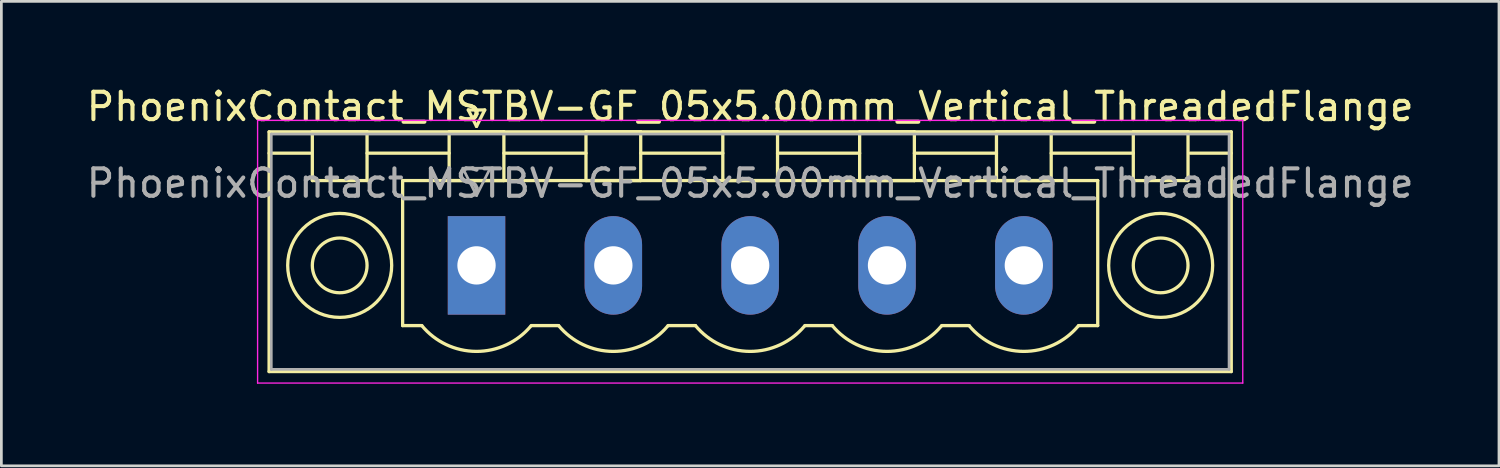
<source format=kicad_pcb>
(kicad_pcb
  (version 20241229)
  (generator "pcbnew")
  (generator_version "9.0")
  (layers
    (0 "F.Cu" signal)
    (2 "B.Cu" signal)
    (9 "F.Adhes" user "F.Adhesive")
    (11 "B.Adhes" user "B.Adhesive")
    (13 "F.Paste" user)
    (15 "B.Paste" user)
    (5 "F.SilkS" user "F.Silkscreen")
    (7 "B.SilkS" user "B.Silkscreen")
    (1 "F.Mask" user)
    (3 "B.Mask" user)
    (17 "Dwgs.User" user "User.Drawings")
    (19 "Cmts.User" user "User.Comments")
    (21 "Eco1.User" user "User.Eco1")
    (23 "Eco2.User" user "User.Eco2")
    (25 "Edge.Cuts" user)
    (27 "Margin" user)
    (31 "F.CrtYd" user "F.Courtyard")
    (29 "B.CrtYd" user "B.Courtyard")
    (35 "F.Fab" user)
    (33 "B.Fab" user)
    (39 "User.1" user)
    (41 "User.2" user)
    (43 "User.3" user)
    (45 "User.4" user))
  (footprint "PhoenixContact_MSTBV-GF_05x5.00mm_Vertical_ThreadedFlange"
    (layer "F.Cu")
    (at 14.363 6.648)
    (property "Reference" "PhoenixContact_MSTBV-GF_05x5.00mm_Vertical_ThreadedFlange" (at 10 -5.8 0) (layer "F.SilkS") (effects (font (size 1 1) (thickness 0.15))))
    (attr through_hole)
    (fp_line (start -7.58 -4.88) (end -7.58 3.88) (stroke (width 0.12) (type solid)) (layer "F.SilkS"))
    (fp_line (start -7.58 -4.1) (end -6.08 -4.1) (stroke (width 0.12) (type solid)) (layer "F.SilkS"))
    (fp_line (start -7.58 3.88) (end 27.58 3.88) (stroke (width 0.12) (type solid)) (layer "F.SilkS"))
    (fp_line (start -6 -4.88) (end -4 -4.88) (stroke (width 0.12) (type solid)) (layer "F.SilkS"))
    (fp_line (start -6 -3.1) (end -6 -4.88) (stroke (width 0.12) (type solid)) (layer "F.SilkS"))
    (fp_line (start -4 -4.88) (end -4 -3.1) (stroke (width 0.12) (type solid)) (layer "F.SilkS"))
    (fp_line (start -4 -4.1) (end -1 -4.1) (stroke (width 0.12) (type solid)) (layer "F.SilkS"))
    (fp_line (start -4 -3.1) (end -6 -3.1) (stroke (width 0.12) (type solid)) (layer "F.SilkS"))
    (fp_line (start -2.7 -3.1) (end 22.7 -3.1) (stroke (width 0.12) (type solid)) (layer "F.SilkS"))
    (fp_line (start -2.7 2.2) (end -2.7 -3.1) (stroke (width 0.12) (type solid)) (layer "F.SilkS"))
    (fp_line (start -2 2.2) (end -2.7 2.2) (stroke (width 0.12) (type solid)) (layer "F.SilkS"))
    (fp_line (start -1 -4.88) (end 1 -4.88) (stroke (width 0.12) (type solid)) (layer "F.SilkS"))
    (fp_line (start -1 -3.1) (end -1 -4.88) (stroke (width 0.12) (type solid)) (layer "F.SilkS"))
    (fp_line (start -0.3 -5.68) (end 0.3 -5.68) (stroke (width 0.12) (type solid)) (layer "F.SilkS"))
    (fp_line (start 0 -5.08) (end -0.3 -5.68) (stroke (width 0.12) (type solid)) (layer "F.SilkS"))
    (fp_line (start 0.3 -5.68) (end 0 -5.08) (stroke (width 0.12) (type solid)) (layer "F.SilkS"))
    (fp_line (start 1 -4.88) (end 1 -3.1) (stroke (width 0.12) (type solid)) (layer "F.SilkS"))
    (fp_line (start 1 -4.1) (end 4 -4.1) (stroke (width 0.12) (type solid)) (layer "F.SilkS"))
    (fp_line (start 1 -3.1) (end -1 -3.1) (stroke (width 0.12) (type solid)) (layer "F.SilkS"))
    (fp_line (start 2 2.2) (end 3 2.2) (stroke (width 0.12) (type solid)) (layer "F.SilkS"))
    (fp_line (start 4 -4.88) (end 6 -4.88) (stroke (width 0.12) (type solid)) (layer "F.SilkS"))
    (fp_line (start 4 -3.1) (end 4 -4.88) (stroke (width 0.12) (type solid)) (layer "F.SilkS"))
    (fp_line (start 6 -4.88) (end 6 -3.1) (stroke (width 0.12) (type solid)) (layer "F.SilkS"))
    (fp_line (start 6 -4.1) (end 9 -4.1) (stroke (width 0.12) (type solid)) (layer "F.SilkS"))
    (fp_line (start 6 -3.1) (end 4 -3.1) (stroke (width 0.12) (type solid)) (layer "F.SilkS"))
    (fp_line (start 7 2.2) (end 8 2.2) (stroke (width 0.12) (type solid)) (layer "F.SilkS"))
    (fp_line (start 9 -4.88) (end 11 -4.88) (stroke (width 0.12) (type solid)) (layer "F.SilkS"))
    (fp_line (start 9 -3.1) (end 9 -4.88) (stroke (width 0.12) (type solid)) (layer "F.SilkS"))
    (fp_line (start 11 -4.88) (end 11 -3.1) (stroke (width 0.12) (type solid)) (layer "F.SilkS"))
    (fp_line (start 11 -4.1) (end 14 -4.1) (stroke (width 0.12) (type solid)) (layer "F.SilkS"))
    (fp_line (start 11 -3.1) (end 9 -3.1) (stroke (width 0.12) (type solid)) (layer "F.SilkS"))
    (fp_line (start 12 2.2) (end 13 2.2) (stroke (width 0.12) (type solid)) (layer "F.SilkS"))
    (fp_line (start 14 -4.88) (end 16 -4.88) (stroke (width 0.12) (type solid)) (layer "F.SilkS"))
    (fp_line (start 14 -3.1) (end 14 -4.88) (stroke (width 0.12) (type solid)) (layer "F.SilkS"))
    (fp_line (start 16 -4.88) (end 16 -3.1) (stroke (width 0.12) (type solid)) (layer "F.SilkS"))
    (fp_line (start 16 -4.1) (end 19 -4.1) (stroke (width 0.12) (type solid)) (layer "F.SilkS"))
    (fp_line (start 16 -3.1) (end 14 -3.1) (stroke (width 0.12) (type solid)) (layer "F.SilkS"))
    (fp_line (start 17 2.2) (end 18 2.2) (stroke (width 0.12) (type solid)) (layer "F.SilkS"))
    (fp_line (start 19 -4.88) (end 21 -4.88) (stroke (width 0.12) (type solid)) (layer "F.SilkS"))
    (fp_line (start 19 -3.1) (end 19 -4.88) (stroke (width 0.12) (type solid)) (layer "F.SilkS"))
    (fp_line (start 21 -4.88) (end 21 -3.1) (stroke (width 0.12) (type solid)) (layer "F.SilkS"))
    (fp_line (start 21 -4.1) (end 24 -4.1) (stroke (width 0.12) (type solid)) (layer "F.SilkS"))
    (fp_line (start 21 -3.1) (end 19 -3.1) (stroke (width 0.12) (type solid)) (layer "F.SilkS"))
    (fp_line (start 22.7 -3.1) (end 22.7 2.2) (stroke (width 0.12) (type solid)) (layer "F.SilkS"))
    (fp_line (start 22.7 2.2) (end 22 2.2) (stroke (width 0.12) (type solid)) (layer "F.SilkS"))
    (fp_line (start 24 -4.88) (end 26 -4.88) (stroke (width 0.12) (type solid)) (layer "F.SilkS"))
    (fp_line (start 24 -3.1) (end 24 -4.88) (stroke (width 0.12) (type solid)) (layer "F.SilkS"))
    (fp_line (start 26 -4.88) (end 26 -3.1) (stroke (width 0.12) (type solid)) (layer "F.SilkS"))
    (fp_line (start 26 -3.1) (end 24 -3.1) (stroke (width 0.12) (type solid)) (layer "F.SilkS"))
    (fp_line (start 27.58 -4.88) (end -7.58 -4.88) (stroke (width 0.12) (type solid)) (layer "F.SilkS"))
    (fp_line (start 27.58 -4.1) (end 26.08 -4.1) (stroke (width 0.12) (type solid)) (layer "F.SilkS"))
    (fp_line (start 27.58 3.88) (end 27.58 -4.88) (stroke (width 0.12) (type solid)) (layer "F.SilkS"))
    (fp_arc (start 1.986842 2.215821) (mid -0.010289 3.142758) (end -2 2.2) (stroke (width 0.12) (type solid)) (layer "F.SilkS"))
    (fp_arc (start 6.986842 2.215821) (mid 4.989711 3.142758) (end 3 2.2) (stroke (width 0.12) (type solid)) (layer "F.SilkS"))
    (fp_arc (start 11.986842 2.215821) (mid 9.989711 3.142758) (end 8 2.2) (stroke (width 0.12) (type solid)) (layer "F.SilkS"))
    (fp_arc (start 16.986842 2.215821) (mid 14.989711 3.142758) (end 13 2.2) (stroke (width 0.12) (type solid)) (layer "F.SilkS"))
    (fp_arc (start 21.986842 2.215821) (mid 19.989711 3.142758) (end 18 2.2) (stroke (width 0.12) (type solid)) (layer "F.SilkS"))
    (fp_circle (center -5 0) (end -4 0) (stroke (width 0.12) (type solid)) (fill no) (layer "F.SilkS"))
    (fp_circle (center -5 0) (end -3.1 0) (stroke (width 0.12) (type solid)) (fill no) (layer "F.SilkS"))
    (fp_circle (center 25 0) (end 26 0) (stroke (width 0.12) (type solid)) (fill no) (layer "F.SilkS"))
    (fp_circle (center 25 0) (end 26.9 0) (stroke (width 0.12) (type solid)) (fill no) (layer "F.SilkS"))
    (fp_line (start -8 -5.3) (end -8 4.3) (stroke (width 0.05) (type solid)) (layer "F.CrtYd"))
    (fp_line (start -8 4.3) (end 28 4.3) (stroke (width 0.05) (type solid)) (layer "F.CrtYd"))
    (fp_line (start 28 -5.3) (end -8 -5.3) (stroke (width 0.05) (type solid)) (layer "F.CrtYd"))
    (fp_line (start 28 4.3) (end 28 -5.3) (stroke (width 0.05) (type solid)) (layer "F.CrtYd"))
    (fp_line (start -7.5 -4.8) (end -7.5 3.8) (stroke (width 0.1) (type solid)) (layer "F.Fab"))
    (fp_line (start -7.5 3.8) (end 27.5 3.8) (stroke (width 0.1) (type solid)) (layer "F.Fab"))
    (fp_line (start -0.5 -3.55) (end 0.5 -3.55) (stroke (width 0.1) (type solid)) (layer "F.Fab"))
    (fp_line (start 0 -2.55) (end -0.5 -3.55) (stroke (width 0.1) (type solid)) (layer "F.Fab"))
    (fp_line (start 0.5 -3.55) (end 0 -2.55) (stroke (width 0.1) (type solid)) (layer "F.Fab"))
    (fp_line (start 27.5 -4.8) (end -7.5 -4.8) (stroke (width 0.1) (type solid)) (layer "F.Fab"))
    (fp_line (start 27.5 3.8) (end 27.5 -4.8) (stroke (width 0.1) (type solid)) (layer "F.Fab"))
    (fp_text user "${REFERENCE}" (at 10 -3 0) (layer "F.Fab") (effects (font (size 1 1) (thickness 0.15))))
    (pad "1" thru_hole rect (at 0 0) (size 2.1 3.6) (drill 1.4) (layers "*.Cu" "*.Mask"))
    (pad "2" thru_hole oval (at 5 0) (size 2.1 3.6) (drill 1.4) (layers "*.Cu" "*.Mask"))
    (pad "3" thru_hole oval (at 10 0) (size 2.1 3.6) (drill 1.4) (layers "*.Cu" "*.Mask"))
    (pad "4" thru_hole oval (at 15 0) (size 2.1 3.6) (drill 1.4) (layers "*.Cu" "*.Mask"))
    (pad "5" thru_hole oval (at 20 0) (size 2.1 3.6) (drill 1.4) (layers "*.Cu" "*.Mask")))
  (gr_rect
    (start -3 -3)
    (end 51.726 13.973)
    (stroke (width 0.1) (type default))
    (fill no)
    (layer "Edge.Cuts")))
</source>
